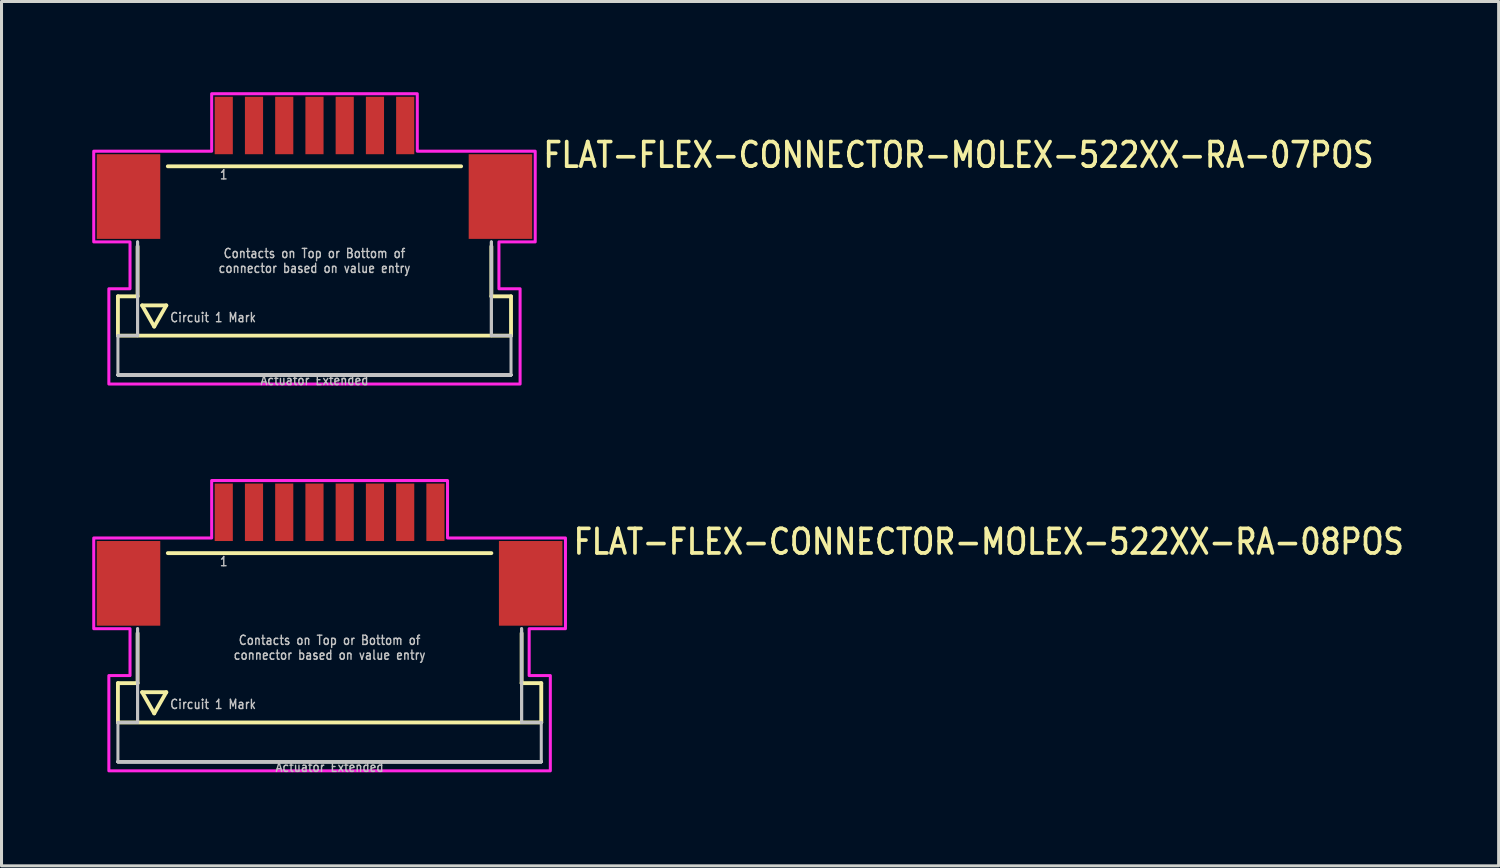
<source format=kicad_pcb>
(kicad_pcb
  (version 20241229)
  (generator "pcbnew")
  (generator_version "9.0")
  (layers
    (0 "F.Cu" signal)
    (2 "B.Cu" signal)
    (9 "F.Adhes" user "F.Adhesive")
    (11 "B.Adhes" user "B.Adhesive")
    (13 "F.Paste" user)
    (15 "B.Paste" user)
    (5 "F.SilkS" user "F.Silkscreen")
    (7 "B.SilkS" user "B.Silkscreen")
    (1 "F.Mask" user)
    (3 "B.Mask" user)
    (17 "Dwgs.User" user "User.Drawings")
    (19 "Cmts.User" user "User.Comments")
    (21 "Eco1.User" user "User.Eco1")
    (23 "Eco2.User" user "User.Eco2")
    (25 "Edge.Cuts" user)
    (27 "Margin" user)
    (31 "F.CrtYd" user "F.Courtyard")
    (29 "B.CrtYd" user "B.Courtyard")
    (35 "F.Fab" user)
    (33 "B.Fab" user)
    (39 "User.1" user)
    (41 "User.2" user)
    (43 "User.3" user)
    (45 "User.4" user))
  (footprint "FLAT-FLEX-CONNECTOR-MOLEX-522XX-RA-08POS"
    (layer "F.Cu")
    (at 7.85 14.842)
    (property "Reference" "FLAT-FLEX-CONNECTOR-MOLEX-522XX-RA-08POS" (at 8 0.5 0) (unlocked yes) (layer "F.SilkS") (effects (font (size 0.813 0.695) (thickness 0.122)) (justify left bottom)))
    (fp_line (start -7 4.7) (end -7 6) (stroke (width 0.127) (type solid)) (layer "F.SilkS"))
    (fp_line (start -7 6) (end 7 6) (stroke (width 0.127) (type solid)) (layer "F.SilkS"))
    (fp_line (start -6.35 3.05) (end -6.35 4.7) (stroke (width 0.127) (type solid)) (layer "F.SilkS"))
    (fp_line (start -6.35 4.7) (end -7 4.7) (stroke (width 0.127) (type solid)) (layer "F.SilkS"))
    (fp_line (start -6.2 5) (end -5.4 5) (stroke (width 0.127) (type solid)) (layer "F.SilkS"))
    (fp_line (start -5.8 5.7) (end -6.2 5) (stroke (width 0.127) (type solid)) (layer "F.SilkS"))
    (fp_line (start -5.4 5) (end -5.8 5.7) (stroke (width 0.127) (type solid)) (layer "F.SilkS"))
    (fp_line (start -5.35 0.4) (end 5.35 0.4) (stroke (width 0.127) (type solid)) (layer "F.SilkS"))
    (fp_line (start 6.35 3.05) (end 6.35 4.7) (stroke (width 0.127) (type solid)) (layer "F.SilkS"))
    (fp_line (start 7 4.7) (end 6.35 4.7) (stroke (width 0.127) (type solid)) (layer "F.SilkS"))
    (fp_line (start 7 6) (end 7 4.7) (stroke (width 0.127) (type solid)) (layer "F.SilkS"))
    (fp_line (start -7 6) (end -7 7.3) (stroke (width 0.1) (type solid)) (layer "Dwgs.User"))
    (fp_line (start -7 7.3) (end 7 7.3) (stroke (width 0.1) (type solid)) (layer "Dwgs.User"))
    (fp_line (start -7 7.3) (end 7 7.3) (stroke (width 0.1) (type solid)) (layer "Dwgs.User"))
    (fp_line (start -7 7.3) (end 7 7.3) (stroke (width 0.1) (type solid)) (layer "Dwgs.User"))
    (fp_line (start -7 7.3) (end 7 7.3) (stroke (width 0.1) (type solid)) (layer "Dwgs.User"))
    (fp_line (start -7 7.3) (end 7 7.3) (stroke (width 0.1) (type solid)) (layer "Dwgs.User"))
    (fp_line (start -7 7.3) (end 7 7.3) (stroke (width 0.1) (type solid)) (layer "Dwgs.User"))
    (fp_line (start -7 7.3) (end 7 7.3) (stroke (width 0.1) (type solid)) (layer "Dwgs.User"))
    (fp_line (start -6.35 2.9) (end -6.35 6) (stroke (width 0.1) (type solid)) (layer "Dwgs.User"))
    (fp_line (start -6.35 2.9) (end -6.35 6) (stroke (width 0.1) (type solid)) (layer "Dwgs.User"))
    (fp_line (start -6.35 6) (end -7 6) (stroke (width 0.1) (type solid)) (layer "Dwgs.User"))
    (fp_line (start 6.35 2.9) (end 6.35 6) (stroke (width 0.1) (type solid)) (layer "Dwgs.User"))
    (fp_line (start 6.35 2.9) (end 6.35 6) (stroke (width 0.1) (type solid)) (layer "Dwgs.User"))
    (fp_line (start 7 6) (end 6.35 6) (stroke (width 0.1) (type solid)) (layer "Dwgs.User"))
    (fp_line (start 7 7.3) (end 7 6) (stroke (width 0.1) (type solid)) (layer "Dwgs.User"))
    (fp_poly (pts (xy -7.8 2.9) (xy -7.8 -0.1) (xy -3.9 -0.1) (xy -3.9 -2) (xy 3.9 -2) (xy 3.9 -0.1) (xy 7.8 -0.1) (xy 7.8 2.9) (xy 6.6 2.9) (xy 6.6 4.45) (xy 7.3 4.45) (xy 7.3 7.6) (xy -7.3 7.6) (xy -7.3 4.45) (xy -6.6 4.45) (xy -6.6 2.9)) (stroke (width 0.1) (type solid)) (fill no) (layer "F.CrtYd"))
    (fp_text user "Circuit 1 Mark" (at -5.3 5.4 0) (unlocked yes) (layer "Dwgs.User") (effects (font (size 0.305 0.261) (thickness 0.046)) (justify left)))
    (fp_text user "1" (at -3.5 0.5 0) (unlocked yes) (layer "Dwgs.User") (effects (font (size 0.305 0.261) (thickness 0.046)) (justify top)))
    (fp_text user "Actuator Extended" (at 0 7.3 0) (unlocked yes) (layer "Dwgs.User") (effects (font (size 0.305 0.261) (thickness 0.046)) (justify top)))
    (fp_text user "Contacts on Top or Bottom of\nconnector based on value entry" (at 0 3.95 0) (unlocked yes) (layer "Dwgs.User") (effects (font (size 0.305 0.261) (thickness 0.046)) (justify bottom)))
    (pad "1" smd rect (at -3.5 -0.95) (size 0.6 1.9) (layers "F.Cu" "F.Mask" "F.Paste"))
    (pad "2" smd rect (at -2.5 -0.95) (size 0.6 1.9) (layers "F.Cu" "F.Mask" "F.Paste"))
    (pad "3" smd rect (at -1.5 -0.95) (size 0.6 1.9) (layers "F.Cu" "F.Mask" "F.Paste"))
    (pad "4" smd rect (at -0.5 -0.95) (size 0.6 1.9) (layers "F.Cu" "F.Mask" "F.Paste"))
    (pad "5" smd rect (at 0.5 -0.95) (size 0.6 1.9) (layers "F.Cu" "F.Mask" "F.Paste"))
    (pad "6" smd rect (at 1.5 -0.95) (size 0.6 1.9) (layers "F.Cu" "F.Mask" "F.Paste"))
    (pad "7" smd rect (at 2.5 -0.95) (size 0.6 1.9) (layers "F.Cu" "F.Mask" "F.Paste"))
    (pad "8" smd rect (at 3.5 -0.95) (size 0.6 1.9) (layers "F.Cu" "F.Mask" "F.Paste"))
    (pad "M1" smd rect (at -6.65 1.4) (size 2.1 2.8) (layers "F.Cu" "F.Mask" "F.Paste"))
    (pad "M2" smd rect (at 6.65 1.4) (size 2.1 2.8) (layers "F.Cu" "F.Mask" "F.Paste")))
  (footprint "FLAT-FLEX-CONNECTOR-MOLEX-522XX-RA-07POS"
    (layer "F.Cu")
    (at 7.35 2.05)
    (property "Reference" "FLAT-FLEX-CONNECTOR-MOLEX-522XX-RA-07POS" (at 7.5 0.5 0) (unlocked yes) (layer "F.SilkS") (effects (font (size 0.813 0.695) (thickness 0.122)) (justify left bottom)))
    (fp_line (start -6.5 4.7) (end -6.5 6) (stroke (width 0.127) (type solid)) (layer "F.SilkS"))
    (fp_line (start -6.5 6) (end 6.5 6) (stroke (width 0.127) (type solid)) (layer "F.SilkS"))
    (fp_line (start -5.85 3.05) (end -5.85 4.7) (stroke (width 0.127) (type solid)) (layer "F.SilkS"))
    (fp_line (start -5.85 4.7) (end -6.5 4.7) (stroke (width 0.127) (type solid)) (layer "F.SilkS"))
    (fp_line (start -5.7 5) (end -4.9 5) (stroke (width 0.127) (type solid)) (layer "F.SilkS"))
    (fp_line (start -5.3 5.7) (end -5.7 5) (stroke (width 0.127) (type solid)) (layer "F.SilkS"))
    (fp_line (start -4.9 5) (end -5.3 5.7) (stroke (width 0.127) (type solid)) (layer "F.SilkS"))
    (fp_line (start -4.85 0.4) (end 4.85 0.4) (stroke (width 0.127) (type solid)) (layer "F.SilkS"))
    (fp_line (start 5.85 3.05) (end 5.85 4.7) (stroke (width 0.127) (type solid)) (layer "F.SilkS"))
    (fp_line (start 6.5 4.7) (end 5.85 4.7) (stroke (width 0.127) (type solid)) (layer "F.SilkS"))
    (fp_line (start 6.5 6) (end 6.5 4.7) (stroke (width 0.127) (type solid)) (layer "F.SilkS"))
    (fp_line (start -6.5 6) (end -6.5 7.3) (stroke (width 0.1) (type solid)) (layer "Dwgs.User"))
    (fp_line (start -6.5 7.3) (end 6.5 7.3) (stroke (width 0.1) (type solid)) (layer "Dwgs.User"))
    (fp_line (start -6.5 7.3) (end 6.5 7.3) (stroke (width 0.1) (type solid)) (layer "Dwgs.User"))
    (fp_line (start -6.5 7.3) (end 6.5 7.3) (stroke (width 0.1) (type solid)) (layer "Dwgs.User"))
    (fp_line (start -6.5 7.3) (end 6.5 7.3) (stroke (width 0.1) (type solid)) (layer "Dwgs.User"))
    (fp_line (start -6.5 7.3) (end 6.5 7.3) (stroke (width 0.1) (type solid)) (layer "Dwgs.User"))
    (fp_line (start -6.5 7.3) (end 6.5 7.3) (stroke (width 0.1) (type solid)) (layer "Dwgs.User"))
    (fp_line (start -6.5 7.3) (end 6.5 7.3) (stroke (width 0.1) (type solid)) (layer "Dwgs.User"))
    (fp_line (start -5.85 2.9) (end -5.85 6) (stroke (width 0.1) (type solid)) (layer "Dwgs.User"))
    (fp_line (start -5.85 2.9) (end -5.85 6) (stroke (width 0.1) (type solid)) (layer "Dwgs.User"))
    (fp_line (start -5.85 6) (end -6.5 6) (stroke (width 0.1) (type solid)) (layer "Dwgs.User"))
    (fp_line (start 5.85 2.9) (end 5.85 6) (stroke (width 0.1) (type solid)) (layer "Dwgs.User"))
    (fp_line (start 5.85 2.9) (end 5.85 6) (stroke (width 0.1) (type solid)) (layer "Dwgs.User"))
    (fp_line (start 6.5 6) (end 5.85 6) (stroke (width 0.1) (type solid)) (layer "Dwgs.User"))
    (fp_line (start 6.5 7.3) (end 6.5 6) (stroke (width 0.1) (type solid)) (layer "Dwgs.User"))
    (fp_poly (pts (xy -7.3 2.9) (xy -7.3 -0.1) (xy -3.4 -0.1) (xy -3.4 -2) (xy 3.4 -2) (xy 3.4 -0.1) (xy 7.3 -0.1) (xy 7.3 2.9) (xy 6.1 2.9) (xy 6.1 4.45) (xy 6.8 4.45) (xy 6.8 7.6) (xy -6.8 7.6) (xy -6.8 4.45) (xy -6.1 4.45) (xy -6.1 2.9)) (stroke (width 0.1) (type solid)) (fill no) (layer "F.CrtYd"))
    (fp_text user "Circuit 1 Mark" (at -4.8 5.4 0) (unlocked yes) (layer "Dwgs.User") (effects (font (size 0.305 0.261) (thickness 0.046)) (justify left)))
    (fp_text user "Contacts on Top or Bottom of\nconnector based on value entry" (at 0 3.95 0) (unlocked yes) (layer "Dwgs.User") (effects (font (size 0.305 0.261) (thickness 0.046)) (justify bottom)))
    (fp_text user "Actuator Extended" (at 0 7.3 0) (unlocked yes) (layer "Dwgs.User") (effects (font (size 0.305 0.261) (thickness 0.046)) (justify top)))
    (fp_text user "1" (at -3 0.5 0) (unlocked yes) (layer "Dwgs.User") (effects (font (size 0.305 0.261) (thickness 0.046)) (justify top)))
    (pad "1" smd rect (at -3 -0.95) (size 0.6 1.9) (layers "F.Cu" "F.Mask" "F.Paste"))
    (pad "2" smd rect (at -2 -0.95) (size 0.6 1.9) (layers "F.Cu" "F.Mask" "F.Paste"))
    (pad "3" smd rect (at -1 -0.95) (size 0.6 1.9) (layers "F.Cu" "F.Mask" "F.Paste"))
    (pad "4" smd rect (at 0 -0.95) (size 0.6 1.9) (layers "F.Cu" "F.Mask" "F.Paste"))
    (pad "5" smd rect (at 1 -0.95) (size 0.6 1.9) (layers "F.Cu" "F.Mask" "F.Paste"))
    (pad "6" smd rect (at 2 -0.95) (size 0.6 1.9) (layers "F.Cu" "F.Mask" "F.Paste"))
    (pad "7" smd rect (at 3 -0.95) (size 0.6 1.9) (layers "F.Cu" "F.Mask" "F.Paste"))
    (pad "M1" smd rect (at -6.15 1.4) (size 2.1 2.8) (layers "F.Cu" "F.Mask" "F.Paste"))
    (pad "M2" smd rect (at 6.15 1.4) (size 2.1 2.8) (layers "F.Cu" "F.Mask" "F.Paste")))
  (gr_rect
    (start -3 -3)
    (end 46.511 25.584)
    (stroke (width 0.1) (type default))
    (fill no)
    (layer "Edge.Cuts")))
</source>
